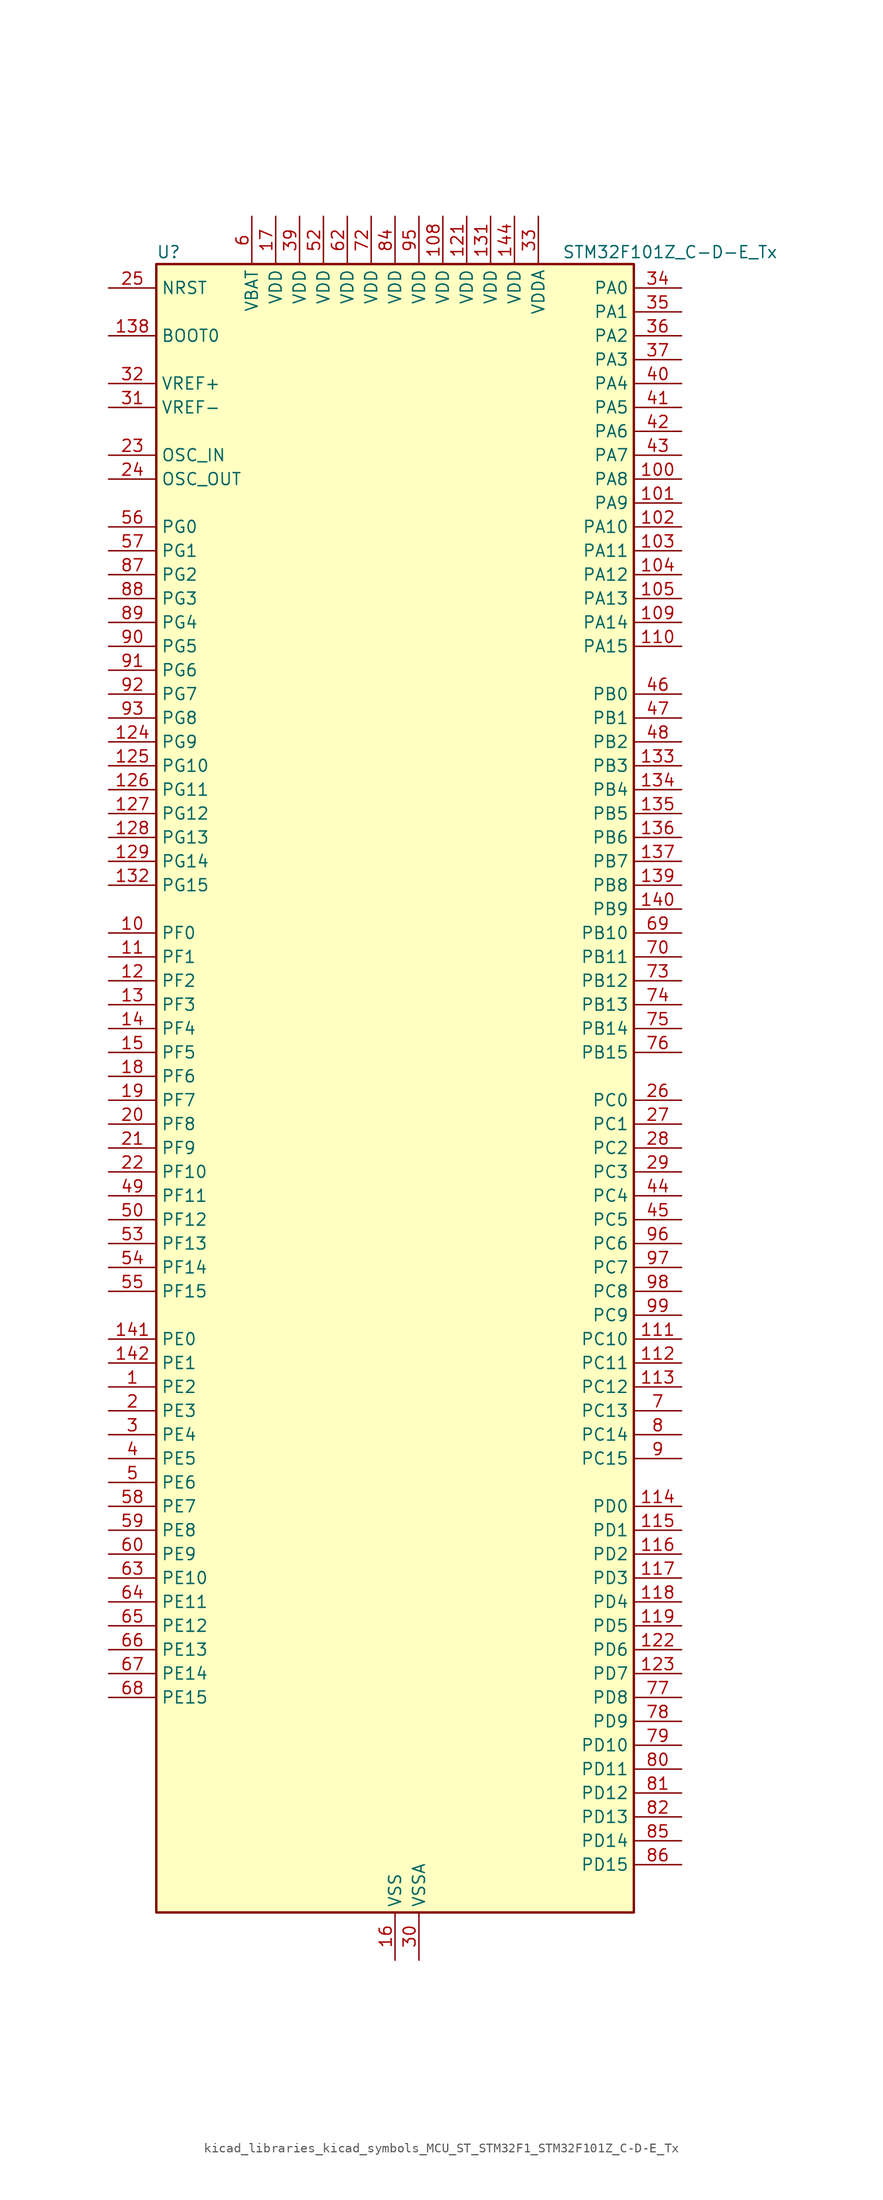
<source format=kicad_sym>
(kicad_symbol_lib
  (version 20220914)
  (generator kicad_symbol_editor)
  (symbol "kicad_libraries_kicad_symbols_MCU_ST_STM32F1_STM32F101Z_C-D-E_Tx"
    (property "Reference" "U"
      (at -25.4 90.17 0)
      (effects (font (size 1.27 1.27)) (justify left)))
    (property "Value" "STM32F101Z_C-D-E_Tx"
      (at 17.78 90.17 0)
      (effects (font (size 1.27 1.27)) (justify left)))
    (property "ki_locked" ""
      (at 0 0 0)
      (effects (font (size 1.27 1.27))))
    (symbol "kicad_libraries_kicad_symbols_MCU_ST_STM32F1_STM32F101Z_C-D-E_Tx_0_1"
      (rectangle (start -25.4 -86.36) (end 25.4 88.9) (stroke (width 0.254) (type default)) (fill (type background))))
    (symbol "kicad_libraries_kicad_symbols_MCU_ST_STM32F1_STM32F101Z_C-D-E_Tx_1_1"
      (pin bidirectional line (at -30.48 -30.48 0) (length 5.08) (name "PE2" (effects (font (size 1.27 1.27)))) (number "1" (effects (font (size 1.27 1.27)))) (alternate "FSMC_A23" bidirectional line) (alternate "SYS_TRACECLK" bidirectional line))
      (pin bidirectional line (at -30.48 17.78 0) (length 5.08) (name "PF0" (effects (font (size 1.27 1.27)))) (number "10" (effects (font (size 1.27 1.27)))) (alternate "FSMC_A0" bidirectional line))
      (pin bidirectional line (at 30.48 66.04 180) (length 5.08) (name "PA8" (effects (font (size 1.27 1.27)))) (number "100" (effects (font (size 1.27 1.27)))) (alternate "RCC_MCO" bidirectional line) (alternate "USART1_CK" bidirectional line))
      (pin bidirectional line (at 30.48 63.5 180) (length 5.08) (name "PA9" (effects (font (size 1.27 1.27)))) (number "101" (effects (font (size 1.27 1.27)))) (alternate "DAC_EXTI9" bidirectional line) (alternate "USART1_TX" bidirectional line))
      (pin bidirectional line (at 30.48 60.96 180) (length 5.08) (name "PA10" (effects (font (size 1.27 1.27)))) (number "102" (effects (font (size 1.27 1.27)))) (alternate "USART1_RX" bidirectional line))
      (pin bidirectional line (at 30.48 58.42 180) (length 5.08) (name "PA11" (effects (font (size 1.27 1.27)))) (number "103" (effects (font (size 1.27 1.27)))) (alternate "ADC1_EXTI11" bidirectional line) (alternate "USART1_CTS" bidirectional line))
      (pin bidirectional line (at 30.48 55.88 180) (length 5.08) (name "PA12" (effects (font (size 1.27 1.27)))) (number "104" (effects (font (size 1.27 1.27)))) (alternate "USART1_RTS" bidirectional line))
      (pin bidirectional line (at 30.48 53.34 180) (length 5.08) (name "PA13" (effects (font (size 1.27 1.27)))) (number "105" (effects (font (size 1.27 1.27)))) (alternate "SYS_JTMS-SWDIO" bidirectional line))
      (pin no_connect line (at -25.4 -86.36 0) (length 5.08) hide (name "NC" (effects (font (size 1.27 1.27)))) (number "106" (effects (font (size 1.27 1.27)))))
      (pin passive line (at 0 -91.44 90) (length 5.08) hide (name "VSS" (effects (font (size 1.27 1.27)))) (number "107" (effects (font (size 1.27 1.27)))))
      (pin power_in line (at 5.08 93.98 270) (length 5.08) (name "VDD" (effects (font (size 1.27 1.27)))) (number "108" (effects (font (size 1.27 1.27)))))
      (pin bidirectional line (at 30.48 50.8 180) (length 5.08) (name "PA14" (effects (font (size 1.27 1.27)))) (number "109" (effects (font (size 1.27 1.27)))) (alternate "SYS_JTCK-SWCLK" bidirectional line))
      (pin bidirectional line (at -30.48 15.24 0) (length 5.08) (name "PF1" (effects (font (size 1.27 1.27)))) (number "11" (effects (font (size 1.27 1.27)))) (alternate "FSMC_A1" bidirectional line))
      (pin bidirectional line (at 30.48 48.26 180) (length 5.08) (name "PA15" (effects (font (size 1.27 1.27)))) (number "110" (effects (font (size 1.27 1.27)))) (alternate "ADC1_EXTI15" bidirectional line) (alternate "SPI1_NSS" bidirectional line) (alternate "SPI3_NSS" bidirectional line) (alternate "SYS_JTDI" bidirectional line) (alternate "TIM2_CH1" bidirectional line) (alternate "TIM2_ETR" bidirectional line))
      (pin bidirectional line (at 30.48 -25.4 180) (length 5.08) (name "PC10" (effects (font (size 1.27 1.27)))) (number "111" (effects (font (size 1.27 1.27)))) (alternate "UART4_TX" bidirectional line) (alternate "USART3_TX" bidirectional line))
      (pin bidirectional line (at 30.48 -27.94 180) (length 5.08) (name "PC11" (effects (font (size 1.27 1.27)))) (number "112" (effects (font (size 1.27 1.27)))) (alternate "ADC1_EXTI11" bidirectional line) (alternate "UART4_RX" bidirectional line) (alternate "USART3_RX" bidirectional line))
      (pin bidirectional line (at 30.48 -30.48 180) (length 5.08) (name "PC12" (effects (font (size 1.27 1.27)))) (number "113" (effects (font (size 1.27 1.27)))) (alternate "UART5_TX" bidirectional line) (alternate "USART3_CK" bidirectional line))
      (pin bidirectional line (at 30.48 -43.18 180) (length 5.08) (name "PD0" (effects (font (size 1.27 1.27)))) (number "114" (effects (font (size 1.27 1.27)))) (alternate "FSMC_D2" bidirectional line) (alternate "FSMC_DA2" bidirectional line))
      (pin bidirectional line (at 30.48 -45.72 180) (length 5.08) (name "PD1" (effects (font (size 1.27 1.27)))) (number "115" (effects (font (size 1.27 1.27)))) (alternate "FSMC_D3" bidirectional line) (alternate "FSMC_DA3" bidirectional line))
      (pin bidirectional line (at 30.48 -48.26 180) (length 5.08) (name "PD2" (effects (font (size 1.27 1.27)))) (number "116" (effects (font (size 1.27 1.27)))) (alternate "TIM3_ETR" bidirectional line) (alternate "UART5_RX" bidirectional line))
      (pin bidirectional line (at 30.48 -50.8 180) (length 5.08) (name "PD3" (effects (font (size 1.27 1.27)))) (number "117" (effects (font (size 1.27 1.27)))) (alternate "FSMC_CLK" bidirectional line) (alternate "USART2_CTS" bidirectional line))
      (pin bidirectional line (at 30.48 -53.34 180) (length 5.08) (name "PD4" (effects (font (size 1.27 1.27)))) (number "118" (effects (font (size 1.27 1.27)))) (alternate "FSMC_NOE" bidirectional line) (alternate "USART2_RTS" bidirectional line))
      (pin bidirectional line (at 30.48 -55.88 180) (length 5.08) (name "PD5" (effects (font (size 1.27 1.27)))) (number "119" (effects (font (size 1.27 1.27)))) (alternate "FSMC_NWE" bidirectional line) (alternate "USART2_TX" bidirectional line))
      (pin bidirectional line (at -30.48 12.7 0) (length 5.08) (name "PF2" (effects (font (size 1.27 1.27)))) (number "12" (effects (font (size 1.27 1.27)))) (alternate "FSMC_A2" bidirectional line))
      (pin passive line (at 0 -91.44 90) (length 5.08) hide (name "VSS" (effects (font (size 1.27 1.27)))) (number "120" (effects (font (size 1.27 1.27)))))
      (pin power_in line (at 7.62 93.98 270) (length 5.08) (name "VDD" (effects (font (size 1.27 1.27)))) (number "121" (effects (font (size 1.27 1.27)))))
      (pin bidirectional line (at 30.48 -58.42 180) (length 5.08) (name "PD6" (effects (font (size 1.27 1.27)))) (number "122" (effects (font (size 1.27 1.27)))) (alternate "FSMC_NWAIT" bidirectional line) (alternate "USART2_RX" bidirectional line))
      (pin bidirectional line (at 30.48 -60.96 180) (length 5.08) (name "PD7" (effects (font (size 1.27 1.27)))) (number "123" (effects (font (size 1.27 1.27)))) (alternate "FSMC_NCE2" bidirectional line) (alternate "FSMC_NE1" bidirectional line) (alternate "USART2_CK" bidirectional line))
      (pin bidirectional line (at -30.48 38.1 0) (length 5.08) (name "PG9" (effects (font (size 1.27 1.27)))) (number "124" (effects (font (size 1.27 1.27)))) (alternate "DAC_EXTI9" bidirectional line) (alternate "FSMC_NCE3" bidirectional line) (alternate "FSMC_NE2" bidirectional line))
      (pin bidirectional line (at -30.48 35.56 0) (length 5.08) (name "PG10" (effects (font (size 1.27 1.27)))) (number "125" (effects (font (size 1.27 1.27)))) (alternate "FSMC_NCE4_1" bidirectional line) (alternate "FSMC_NE3" bidirectional line))
      (pin bidirectional line (at -30.48 33.02 0) (length 5.08) (name "PG11" (effects (font (size 1.27 1.27)))) (number "126" (effects (font (size 1.27 1.27)))) (alternate "ADC1_EXTI11" bidirectional line) (alternate "FSMC_NCE4_2" bidirectional line))
      (pin bidirectional line (at -30.48 30.48 0) (length 5.08) (name "PG12" (effects (font (size 1.27 1.27)))) (number "127" (effects (font (size 1.27 1.27)))) (alternate "FSMC_NE4" bidirectional line))
      (pin bidirectional line (at -30.48 27.94 0) (length 5.08) (name "PG13" (effects (font (size 1.27 1.27)))) (number "128" (effects (font (size 1.27 1.27)))) (alternate "FSMC_A24" bidirectional line))
      (pin bidirectional line (at -30.48 25.4 0) (length 5.08) (name "PG14" (effects (font (size 1.27 1.27)))) (number "129" (effects (font (size 1.27 1.27)))) (alternate "FSMC_A25" bidirectional line))
      (pin bidirectional line (at -30.48 10.16 0) (length 5.08) (name "PF3" (effects (font (size 1.27 1.27)))) (number "13" (effects (font (size 1.27 1.27)))) (alternate "FSMC_A3" bidirectional line))
      (pin passive line (at 0 -91.44 90) (length 5.08) hide (name "VSS" (effects (font (size 1.27 1.27)))) (number "130" (effects (font (size 1.27 1.27)))))
      (pin power_in line (at 10.16 93.98 270) (length 5.08) (name "VDD" (effects (font (size 1.27 1.27)))) (number "131" (effects (font (size 1.27 1.27)))))
      (pin bidirectional line (at -30.48 22.86 0) (length 5.08) (name "PG15" (effects (font (size 1.27 1.27)))) (number "132" (effects (font (size 1.27 1.27)))) (alternate "ADC1_EXTI15" bidirectional line))
      (pin bidirectional line (at 30.48 35.56 180) (length 5.08) (name "PB3" (effects (font (size 1.27 1.27)))) (number "133" (effects (font (size 1.27 1.27)))) (alternate "SPI1_SCK" bidirectional line) (alternate "SPI3_SCK" bidirectional line) (alternate "SYS_JTDO-TRACESWO" bidirectional line) (alternate "TIM2_CH2" bidirectional line))
      (pin bidirectional line (at 30.48 33.02 180) (length 5.08) (name "PB4" (effects (font (size 1.27 1.27)))) (number "134" (effects (font (size 1.27 1.27)))) (alternate "SPI1_MISO" bidirectional line) (alternate "SPI3_MISO" bidirectional line) (alternate "SYS_NJTRST" bidirectional line) (alternate "TIM3_CH1" bidirectional line))
      (pin bidirectional line (at 30.48 30.48 180) (length 5.08) (name "PB5" (effects (font (size 1.27 1.27)))) (number "135" (effects (font (size 1.27 1.27)))) (alternate "I2C1_SMBA" bidirectional line) (alternate "SPI1_MOSI" bidirectional line) (alternate "SPI3_MOSI" bidirectional line) (alternate "TIM3_CH2" bidirectional line))
      (pin bidirectional line (at 30.48 27.94 180) (length 5.08) (name "PB6" (effects (font (size 1.27 1.27)))) (number "136" (effects (font (size 1.27 1.27)))) (alternate "I2C1_SCL" bidirectional line) (alternate "TIM4_CH1" bidirectional line) (alternate "USART1_TX" bidirectional line))
      (pin bidirectional line (at 30.48 25.4 180) (length 5.08) (name "PB7" (effects (font (size 1.27 1.27)))) (number "137" (effects (font (size 1.27 1.27)))) (alternate "FSMC_NL" bidirectional line) (alternate "I2C1_SDA" bidirectional line) (alternate "TIM4_CH2" bidirectional line) (alternate "USART1_RX" bidirectional line))
      (pin input line (at -30.48 81.28 0) (length 5.08) (name "BOOT0" (effects (font (size 1.27 1.27)))) (number "138" (effects (font (size 1.27 1.27)))))
      (pin bidirectional line (at 30.48 22.86 180) (length 5.08) (name "PB8" (effects (font (size 1.27 1.27)))) (number "139" (effects (font (size 1.27 1.27)))) (alternate "I2C1_SCL" bidirectional line) (alternate "TIM4_CH3" bidirectional line))
      (pin bidirectional line (at -30.48 7.62 0) (length 5.08) (name "PF4" (effects (font (size 1.27 1.27)))) (number "14" (effects (font (size 1.27 1.27)))) (alternate "FSMC_A4" bidirectional line))
      (pin bidirectional line (at 30.48 20.32 180) (length 5.08) (name "PB9" (effects (font (size 1.27 1.27)))) (number "140" (effects (font (size 1.27 1.27)))) (alternate "DAC_EXTI9" bidirectional line) (alternate "I2C1_SDA" bidirectional line) (alternate "TIM4_CH4" bidirectional line))
      (pin bidirectional line (at -30.48 -25.4 0) (length 5.08) (name "PE0" (effects (font (size 1.27 1.27)))) (number "141" (effects (font (size 1.27 1.27)))) (alternate "FSMC_NBL0" bidirectional line) (alternate "TIM4_ETR" bidirectional line))
      (pin bidirectional line (at -30.48 -27.94 0) (length 5.08) (name "PE1" (effects (font (size 1.27 1.27)))) (number "142" (effects (font (size 1.27 1.27)))) (alternate "FSMC_NBL1" bidirectional line))
      (pin passive line (at 0 -91.44 90) (length 5.08) hide (name "VSS" (effects (font (size 1.27 1.27)))) (number "143" (effects (font (size 1.27 1.27)))))
      (pin power_in line (at 12.7 93.98 270) (length 5.08) (name "VDD" (effects (font (size 1.27 1.27)))) (number "144" (effects (font (size 1.27 1.27)))))
      (pin bidirectional line (at -30.48 5.08 0) (length 5.08) (name "PF5" (effects (font (size 1.27 1.27)))) (number "15" (effects (font (size 1.27 1.27)))) (alternate "FSMC_A5" bidirectional line))
      (pin power_in line (at 0 -91.44 90) (length 5.08) (name "VSS" (effects (font (size 1.27 1.27)))) (number "16" (effects (font (size 1.27 1.27)))))
      (pin power_in line (at -12.7 93.98 270) (length 5.08) (name "VDD" (effects (font (size 1.27 1.27)))) (number "17" (effects (font (size 1.27 1.27)))))
      (pin bidirectional line (at -30.48 2.54 0) (length 5.08) (name "PF6" (effects (font (size 1.27 1.27)))) (number "18" (effects (font (size 1.27 1.27)))) (alternate "FSMC_NIORD" bidirectional line))
      (pin bidirectional line (at -30.48 0 0) (length 5.08) (name "PF7" (effects (font (size 1.27 1.27)))) (number "19" (effects (font (size 1.27 1.27)))) (alternate "FSMC_NREG" bidirectional line))
      (pin bidirectional line (at -30.48 -33.02 0) (length 5.08) (name "PE3" (effects (font (size 1.27 1.27)))) (number "2" (effects (font (size 1.27 1.27)))) (alternate "FSMC_A19" bidirectional line) (alternate "SYS_TRACED0" bidirectional line))
      (pin bidirectional line (at -30.48 -2.54 0) (length 5.08) (name "PF8" (effects (font (size 1.27 1.27)))) (number "20" (effects (font (size 1.27 1.27)))) (alternate "FSMC_NIOWR" bidirectional line))
      (pin bidirectional line (at -30.48 -5.08 0) (length 5.08) (name "PF9" (effects (font (size 1.27 1.27)))) (number "21" (effects (font (size 1.27 1.27)))) (alternate "DAC_EXTI9" bidirectional line) (alternate "FSMC_CD" bidirectional line))
      (pin bidirectional line (at -30.48 -7.62 0) (length 5.08) (name "PF10" (effects (font (size 1.27 1.27)))) (number "22" (effects (font (size 1.27 1.27)))) (alternate "FSMC_INTR" bidirectional line))
      (pin input line (at -30.48 68.58 0) (length 5.08) (name "OSC_IN" (effects (font (size 1.27 1.27)))) (number "23" (effects (font (size 1.27 1.27)))) (alternate "RCC_OSC_IN" bidirectional line))
      (pin input line (at -30.48 66.04 0) (length 5.08) (name "OSC_OUT" (effects (font (size 1.27 1.27)))) (number "24" (effects (font (size 1.27 1.27)))) (alternate "RCC_OSC_OUT" bidirectional line))
      (pin input line (at -30.48 86.36 0) (length 5.08) (name "NRST" (effects (font (size 1.27 1.27)))) (number "25" (effects (font (size 1.27 1.27)))))
      (pin bidirectional line (at 30.48 0 180) (length 5.08) (name "PC0" (effects (font (size 1.27 1.27)))) (number "26" (effects (font (size 1.27 1.27)))) (alternate "ADC1_IN10" bidirectional line))
      (pin bidirectional line (at 30.48 -2.54 180) (length 5.08) (name "PC1" (effects (font (size 1.27 1.27)))) (number "27" (effects (font (size 1.27 1.27)))) (alternate "ADC1_IN11" bidirectional line))
      (pin bidirectional line (at 30.48 -5.08 180) (length 5.08) (name "PC2" (effects (font (size 1.27 1.27)))) (number "28" (effects (font (size 1.27 1.27)))) (alternate "ADC1_IN12" bidirectional line))
      (pin bidirectional line (at 30.48 -7.62 180) (length 5.08) (name "PC3" (effects (font (size 1.27 1.27)))) (number "29" (effects (font (size 1.27 1.27)))) (alternate "ADC1_IN13" bidirectional line))
      (pin bidirectional line (at -30.48 -35.56 0) (length 5.08) (name "PE4" (effects (font (size 1.27 1.27)))) (number "3" (effects (font (size 1.27 1.27)))) (alternate "FSMC_A20" bidirectional line) (alternate "SYS_TRACED1" bidirectional line))
      (pin power_in line (at 2.54 -91.44 90) (length 5.08) (name "VSSA" (effects (font (size 1.27 1.27)))) (number "30" (effects (font (size 1.27 1.27)))))
      (pin input line (at -30.48 73.66 0) (length 5.08) (name "VREF-" (effects (font (size 1.27 1.27)))) (number "31" (effects (font (size 1.27 1.27)))))
      (pin input line (at -30.48 76.2 0) (length 5.08) (name "VREF+" (effects (font (size 1.27 1.27)))) (number "32" (effects (font (size 1.27 1.27)))))
      (pin power_in line (at 15.24 93.98 270) (length 5.08) (name "VDDA" (effects (font (size 1.27 1.27)))) (number "33" (effects (font (size 1.27 1.27)))))
      (pin bidirectional line (at 30.48 86.36 180) (length 5.08) (name "PA0" (effects (font (size 1.27 1.27)))) (number "34" (effects (font (size 1.27 1.27)))) (alternate "ADC1_IN0" bidirectional line) (alternate "SYS_WKUP" bidirectional line) (alternate "TIM2_CH1" bidirectional line) (alternate "TIM2_ETR" bidirectional line) (alternate "TIM5_CH1" bidirectional line) (alternate "USART2_CTS" bidirectional line))
      (pin bidirectional line (at 30.48 83.82 180) (length 5.08) (name "PA1" (effects (font (size 1.27 1.27)))) (number "35" (effects (font (size 1.27 1.27)))) (alternate "ADC1_IN1" bidirectional line) (alternate "TIM2_CH2" bidirectional line) (alternate "TIM5_CH2" bidirectional line) (alternate "USART2_RTS" bidirectional line))
      (pin bidirectional line (at 30.48 81.28 180) (length 5.08) (name "PA2" (effects (font (size 1.27 1.27)))) (number "36" (effects (font (size 1.27 1.27)))) (alternate "ADC1_IN2" bidirectional line) (alternate "TIM2_CH3" bidirectional line) (alternate "TIM5_CH3" bidirectional line) (alternate "USART2_TX" bidirectional line))
      (pin bidirectional line (at 30.48 78.74 180) (length 5.08) (name "PA3" (effects (font (size 1.27 1.27)))) (number "37" (effects (font (size 1.27 1.27)))) (alternate "ADC1_IN3" bidirectional line) (alternate "TIM2_CH4" bidirectional line) (alternate "TIM5_CH4" bidirectional line) (alternate "USART2_RX" bidirectional line))
      (pin passive line (at 0 -91.44 90) (length 5.08) hide (name "VSS" (effects (font (size 1.27 1.27)))) (number "38" (effects (font (size 1.27 1.27)))))
      (pin power_in line (at -10.16 93.98 270) (length 5.08) (name "VDD" (effects (font (size 1.27 1.27)))) (number "39" (effects (font (size 1.27 1.27)))))
      (pin bidirectional line (at -30.48 -38.1 0) (length 5.08) (name "PE5" (effects (font (size 1.27 1.27)))) (number "4" (effects (font (size 1.27 1.27)))) (alternate "FSMC_A21" bidirectional line) (alternate "SYS_TRACED2" bidirectional line))
      (pin bidirectional line (at 30.48 76.2 180) (length 5.08) (name "PA4" (effects (font (size 1.27 1.27)))) (number "40" (effects (font (size 1.27 1.27)))) (alternate "ADC1_IN4" bidirectional line) (alternate "DAC_OUT1" bidirectional line) (alternate "SPI1_NSS" bidirectional line) (alternate "USART2_CK" bidirectional line))
      (pin bidirectional line (at 30.48 73.66 180) (length 5.08) (name "PA5" (effects (font (size 1.27 1.27)))) (number "41" (effects (font (size 1.27 1.27)))) (alternate "ADC1_IN5" bidirectional line) (alternate "DAC_OUT2" bidirectional line) (alternate "SPI1_SCK" bidirectional line))
      (pin bidirectional line (at 30.48 71.12 180) (length 5.08) (name "PA6" (effects (font (size 1.27 1.27)))) (number "42" (effects (font (size 1.27 1.27)))) (alternate "ADC1_IN6" bidirectional line) (alternate "SPI1_MISO" bidirectional line) (alternate "TIM3_CH1" bidirectional line))
      (pin bidirectional line (at 30.48 68.58 180) (length 5.08) (name "PA7" (effects (font (size 1.27 1.27)))) (number "43" (effects (font (size 1.27 1.27)))) (alternate "ADC1_IN7" bidirectional line) (alternate "SPI1_MOSI" bidirectional line) (alternate "TIM3_CH2" bidirectional line))
      (pin bidirectional line (at 30.48 -10.16 180) (length 5.08) (name "PC4" (effects (font (size 1.27 1.27)))) (number "44" (effects (font (size 1.27 1.27)))) (alternate "ADC1_IN14" bidirectional line))
      (pin bidirectional line (at 30.48 -12.7 180) (length 5.08) (name "PC5" (effects (font (size 1.27 1.27)))) (number "45" (effects (font (size 1.27 1.27)))) (alternate "ADC1_IN15" bidirectional line))
      (pin bidirectional line (at 30.48 43.18 180) (length 5.08) (name "PB0" (effects (font (size 1.27 1.27)))) (number "46" (effects (font (size 1.27 1.27)))) (alternate "ADC1_IN8" bidirectional line) (alternate "TIM3_CH3" bidirectional line))
      (pin bidirectional line (at 30.48 40.64 180) (length 5.08) (name "PB1" (effects (font (size 1.27 1.27)))) (number "47" (effects (font (size 1.27 1.27)))) (alternate "ADC1_IN9" bidirectional line) (alternate "TIM3_CH4" bidirectional line))
      (pin bidirectional line (at 30.48 38.1 180) (length 5.08) (name "PB2" (effects (font (size 1.27 1.27)))) (number "48" (effects (font (size 1.27 1.27)))))
      (pin bidirectional line (at -30.48 -10.16 0) (length 5.08) (name "PF11" (effects (font (size 1.27 1.27)))) (number "49" (effects (font (size 1.27 1.27)))) (alternate "ADC1_EXTI11" bidirectional line) (alternate "FSMC_NIOS16" bidirectional line))
      (pin bidirectional line (at -30.48 -40.64 0) (length 5.08) (name "PE6" (effects (font (size 1.27 1.27)))) (number "5" (effects (font (size 1.27 1.27)))) (alternate "FSMC_A22" bidirectional line) (alternate "SYS_TRACED3" bidirectional line))
      (pin bidirectional line (at -30.48 -12.7 0) (length 5.08) (name "PF12" (effects (font (size 1.27 1.27)))) (number "50" (effects (font (size 1.27 1.27)))) (alternate "FSMC_A6" bidirectional line))
      (pin passive line (at 0 -91.44 90) (length 5.08) hide (name "VSS" (effects (font (size 1.27 1.27)))) (number "51" (effects (font (size 1.27 1.27)))))
      (pin power_in line (at -7.62 93.98 270) (length 5.08) (name "VDD" (effects (font (size 1.27 1.27)))) (number "52" (effects (font (size 1.27 1.27)))))
      (pin bidirectional line (at -30.48 -15.24 0) (length 5.08) (name "PF13" (effects (font (size 1.27 1.27)))) (number "53" (effects (font (size 1.27 1.27)))) (alternate "FSMC_A7" bidirectional line))
      (pin bidirectional line (at -30.48 -17.78 0) (length 5.08) (name "PF14" (effects (font (size 1.27 1.27)))) (number "54" (effects (font (size 1.27 1.27)))) (alternate "FSMC_A8" bidirectional line))
      (pin bidirectional line (at -30.48 -20.32 0) (length 5.08) (name "PF15" (effects (font (size 1.27 1.27)))) (number "55" (effects (font (size 1.27 1.27)))) (alternate "ADC1_EXTI15" bidirectional line) (alternate "FSMC_A9" bidirectional line))
      (pin bidirectional line (at -30.48 60.96 0) (length 5.08) (name "PG0" (effects (font (size 1.27 1.27)))) (number "56" (effects (font (size 1.27 1.27)))) (alternate "FSMC_A10" bidirectional line))
      (pin bidirectional line (at -30.48 58.42 0) (length 5.08) (name "PG1" (effects (font (size 1.27 1.27)))) (number "57" (effects (font (size 1.27 1.27)))) (alternate "FSMC_A11" bidirectional line))
      (pin bidirectional line (at -30.48 -43.18 0) (length 5.08) (name "PE7" (effects (font (size 1.27 1.27)))) (number "58" (effects (font (size 1.27 1.27)))) (alternate "FSMC_D4" bidirectional line) (alternate "FSMC_DA4" bidirectional line))
      (pin bidirectional line (at -30.48 -45.72 0) (length 5.08) (name "PE8" (effects (font (size 1.27 1.27)))) (number "59" (effects (font (size 1.27 1.27)))) (alternate "FSMC_D5" bidirectional line) (alternate "FSMC_DA5" bidirectional line))
      (pin power_in line (at -15.24 93.98 270) (length 5.08) (name "VBAT" (effects (font (size 1.27 1.27)))) (number "6" (effects (font (size 1.27 1.27)))))
      (pin bidirectional line (at -30.48 -48.26 0) (length 5.08) (name "PE9" (effects (font (size 1.27 1.27)))) (number "60" (effects (font (size 1.27 1.27)))) (alternate "DAC_EXTI9" bidirectional line) (alternate "FSMC_D6" bidirectional line) (alternate "FSMC_DA6" bidirectional line))
      (pin passive line (at 0 -91.44 90) (length 5.08) hide (name "VSS" (effects (font (size 1.27 1.27)))) (number "61" (effects (font (size 1.27 1.27)))))
      (pin power_in line (at -5.08 93.98 270) (length 5.08) (name "VDD" (effects (font (size 1.27 1.27)))) (number "62" (effects (font (size 1.27 1.27)))))
      (pin bidirectional line (at -30.48 -50.8 0) (length 5.08) (name "PE10" (effects (font (size 1.27 1.27)))) (number "63" (effects (font (size 1.27 1.27)))) (alternate "FSMC_D7" bidirectional line) (alternate "FSMC_DA7" bidirectional line))
      (pin bidirectional line (at -30.48 -53.34 0) (length 5.08) (name "PE11" (effects (font (size 1.27 1.27)))) (number "64" (effects (font (size 1.27 1.27)))) (alternate "ADC1_EXTI11" bidirectional line) (alternate "FSMC_D8" bidirectional line) (alternate "FSMC_DA8" bidirectional line))
      (pin bidirectional line (at -30.48 -55.88 0) (length 5.08) (name "PE12" (effects (font (size 1.27 1.27)))) (number "65" (effects (font (size 1.27 1.27)))) (alternate "FSMC_D9" bidirectional line) (alternate "FSMC_DA9" bidirectional line))
      (pin bidirectional line (at -30.48 -58.42 0) (length 5.08) (name "PE13" (effects (font (size 1.27 1.27)))) (number "66" (effects (font (size 1.27 1.27)))) (alternate "FSMC_D10" bidirectional line) (alternate "FSMC_DA10" bidirectional line))
      (pin bidirectional line (at -30.48 -60.96 0) (length 5.08) (name "PE14" (effects (font (size 1.27 1.27)))) (number "67" (effects (font (size 1.27 1.27)))) (alternate "FSMC_D11" bidirectional line) (alternate "FSMC_DA11" bidirectional line))
      (pin bidirectional line (at -30.48 -63.5 0) (length 5.08) (name "PE15" (effects (font (size 1.27 1.27)))) (number "68" (effects (font (size 1.27 1.27)))) (alternate "ADC1_EXTI15" bidirectional line) (alternate "FSMC_D12" bidirectional line) (alternate "FSMC_DA12" bidirectional line))
      (pin bidirectional line (at 30.48 17.78 180) (length 5.08) (name "PB10" (effects (font (size 1.27 1.27)))) (number "69" (effects (font (size 1.27 1.27)))) (alternate "I2C2_SCL" bidirectional line) (alternate "TIM2_CH3" bidirectional line) (alternate "USART3_TX" bidirectional line))
      (pin bidirectional line (at 30.48 -33.02 180) (length 5.08) (name "PC13" (effects (font (size 1.27 1.27)))) (number "7" (effects (font (size 1.27 1.27)))) (alternate "RTC_OUT" bidirectional line) (alternate "RTC_TAMPER" bidirectional line))
      (pin bidirectional line (at 30.48 15.24 180) (length 5.08) (name "PB11" (effects (font (size 1.27 1.27)))) (number "70" (effects (font (size 1.27 1.27)))) (alternate "ADC1_EXTI11" bidirectional line) (alternate "I2C2_SDA" bidirectional line) (alternate "TIM2_CH4" bidirectional line) (alternate "USART3_RX" bidirectional line))
      (pin passive line (at 0 -91.44 90) (length 5.08) hide (name "VSS" (effects (font (size 1.27 1.27)))) (number "71" (effects (font (size 1.27 1.27)))))
      (pin power_in line (at -2.54 93.98 270) (length 5.08) (name "VDD" (effects (font (size 1.27 1.27)))) (number "72" (effects (font (size 1.27 1.27)))))
      (pin bidirectional line (at 30.48 12.7 180) (length 5.08) (name "PB12" (effects (font (size 1.27 1.27)))) (number "73" (effects (font (size 1.27 1.27)))) (alternate "I2C2_SMBA" bidirectional line) (alternate "SPI2_NSS" bidirectional line) (alternate "USART3_CK" bidirectional line))
      (pin bidirectional line (at 30.48 10.16 180) (length 5.08) (name "PB13" (effects (font (size 1.27 1.27)))) (number "74" (effects (font (size 1.27 1.27)))) (alternate "SPI2_SCK" bidirectional line) (alternate "USART3_CTS" bidirectional line))
      (pin bidirectional line (at 30.48 7.62 180) (length 5.08) (name "PB14" (effects (font (size 1.27 1.27)))) (number "75" (effects (font (size 1.27 1.27)))) (alternate "SPI2_MISO" bidirectional line) (alternate "USART3_RTS" bidirectional line))
      (pin bidirectional line (at 30.48 5.08 180) (length 5.08) (name "PB15" (effects (font (size 1.27 1.27)))) (number "76" (effects (font (size 1.27 1.27)))) (alternate "ADC1_EXTI15" bidirectional line) (alternate "SPI2_MOSI" bidirectional line))
      (pin bidirectional line (at 30.48 -63.5 180) (length 5.08) (name "PD8" (effects (font (size 1.27 1.27)))) (number "77" (effects (font (size 1.27 1.27)))) (alternate "FSMC_D13" bidirectional line) (alternate "FSMC_DA13" bidirectional line) (alternate "USART3_TX" bidirectional line))
      (pin bidirectional line (at 30.48 -66.04 180) (length 5.08) (name "PD9" (effects (font (size 1.27 1.27)))) (number "78" (effects (font (size 1.27 1.27)))) (alternate "DAC_EXTI9" bidirectional line) (alternate "FSMC_D14" bidirectional line) (alternate "FSMC_DA14" bidirectional line) (alternate "USART3_RX" bidirectional line))
      (pin bidirectional line (at 30.48 -68.58 180) (length 5.08) (name "PD10" (effects (font (size 1.27 1.27)))) (number "79" (effects (font (size 1.27 1.27)))) (alternate "FSMC_D15" bidirectional line) (alternate "FSMC_DA15" bidirectional line) (alternate "USART3_CK" bidirectional line))
      (pin bidirectional line (at 30.48 -35.56 180) (length 5.08) (name "PC14" (effects (font (size 1.27 1.27)))) (number "8" (effects (font (size 1.27 1.27)))) (alternate "RCC_OSC32_IN" bidirectional line))
      (pin bidirectional line (at 30.48 -71.12 180) (length 5.08) (name "PD11" (effects (font (size 1.27 1.27)))) (number "80" (effects (font (size 1.27 1.27)))) (alternate "ADC1_EXTI11" bidirectional line) (alternate "FSMC_A16" bidirectional line) (alternate "FSMC_CLE" bidirectional line) (alternate "USART3_CTS" bidirectional line))
      (pin bidirectional line (at 30.48 -73.66 180) (length 5.08) (name "PD12" (effects (font (size 1.27 1.27)))) (number "81" (effects (font (size 1.27 1.27)))) (alternate "FSMC_A17" bidirectional line) (alternate "FSMC_ALE" bidirectional line) (alternate "TIM4_CH1" bidirectional line) (alternate "USART3_RTS" bidirectional line))
      (pin bidirectional line (at 30.48 -76.2 180) (length 5.08) (name "PD13" (effects (font (size 1.27 1.27)))) (number "82" (effects (font (size 1.27 1.27)))) (alternate "FSMC_A18" bidirectional line) (alternate "TIM4_CH2" bidirectional line))
      (pin passive line (at 0 -91.44 90) (length 5.08) hide (name "VSS" (effects (font (size 1.27 1.27)))) (number "83" (effects (font (size 1.27 1.27)))))
      (pin power_in line (at 0 93.98 270) (length 5.08) (name "VDD" (effects (font (size 1.27 1.27)))) (number "84" (effects (font (size 1.27 1.27)))))
      (pin bidirectional line (at 30.48 -78.74 180) (length 5.08) (name "PD14" (effects (font (size 1.27 1.27)))) (number "85" (effects (font (size 1.27 1.27)))) (alternate "FSMC_D0" bidirectional line) (alternate "FSMC_DA0" bidirectional line) (alternate "TIM4_CH3" bidirectional line))
      (pin bidirectional line (at 30.48 -81.28 180) (length 5.08) (name "PD15" (effects (font (size 1.27 1.27)))) (number "86" (effects (font (size 1.27 1.27)))) (alternate "ADC1_EXTI15" bidirectional line) (alternate "FSMC_D1" bidirectional line) (alternate "FSMC_DA1" bidirectional line) (alternate "TIM4_CH4" bidirectional line))
      (pin bidirectional line (at -30.48 55.88 0) (length 5.08) (name "PG2" (effects (font (size 1.27 1.27)))) (number "87" (effects (font (size 1.27 1.27)))) (alternate "FSMC_A12" bidirectional line))
      (pin bidirectional line (at -30.48 53.34 0) (length 5.08) (name "PG3" (effects (font (size 1.27 1.27)))) (number "88" (effects (font (size 1.27 1.27)))) (alternate "FSMC_A13" bidirectional line))
      (pin bidirectional line (at -30.48 50.8 0) (length 5.08) (name "PG4" (effects (font (size 1.27 1.27)))) (number "89" (effects (font (size 1.27 1.27)))) (alternate "FSMC_A14" bidirectional line))
      (pin bidirectional line (at 30.48 -38.1 180) (length 5.08) (name "PC15" (effects (font (size 1.27 1.27)))) (number "9" (effects (font (size 1.27 1.27)))) (alternate "ADC1_EXTI15" bidirectional line) (alternate "RCC_OSC32_OUT" bidirectional line))
      (pin bidirectional line (at -30.48 48.26 0) (length 5.08) (name "PG5" (effects (font (size 1.27 1.27)))) (number "90" (effects (font (size 1.27 1.27)))) (alternate "FSMC_A15" bidirectional line))
      (pin bidirectional line (at -30.48 45.72 0) (length 5.08) (name "PG6" (effects (font (size 1.27 1.27)))) (number "91" (effects (font (size 1.27 1.27)))) (alternate "FSMC_INT2" bidirectional line))
      (pin bidirectional line (at -30.48 43.18 0) (length 5.08) (name "PG7" (effects (font (size 1.27 1.27)))) (number "92" (effects (font (size 1.27 1.27)))) (alternate "FSMC_INT3" bidirectional line))
      (pin bidirectional line (at -30.48 40.64 0) (length 5.08) (name "PG8" (effects (font (size 1.27 1.27)))) (number "93" (effects (font (size 1.27 1.27)))))
      (pin passive line (at 0 -91.44 90) (length 5.08) hide (name "VSS" (effects (font (size 1.27 1.27)))) (number "94" (effects (font (size 1.27 1.27)))))
      (pin power_in line (at 2.54 93.98 270) (length 5.08) (name "VDD" (effects (font (size 1.27 1.27)))) (number "95" (effects (font (size 1.27 1.27)))))
      (pin bidirectional line (at 30.48 -15.24 180) (length 5.08) (name "PC6" (effects (font (size 1.27 1.27)))) (number "96" (effects (font (size 1.27 1.27)))) (alternate "TIM3_CH1" bidirectional line))
      (pin bidirectional line (at 30.48 -17.78 180) (length 5.08) (name "PC7" (effects (font (size 1.27 1.27)))) (number "97" (effects (font (size 1.27 1.27)))) (alternate "TIM3_CH2" bidirectional line))
      (pin bidirectional line (at 30.48 -20.32 180) (length 5.08) (name "PC8" (effects (font (size 1.27 1.27)))) (number "98" (effects (font (size 1.27 1.27)))) (alternate "TIM3_CH3" bidirectional line))
      (pin bidirectional line (at 30.48 -22.86 180) (length 5.08) (name "PC9" (effects (font (size 1.27 1.27)))) (number "99" (effects (font (size 1.27 1.27)))) (alternate "DAC_EXTI9" bidirectional line) (alternate "TIM3_CH4" bidirectional line)))))
</source>
